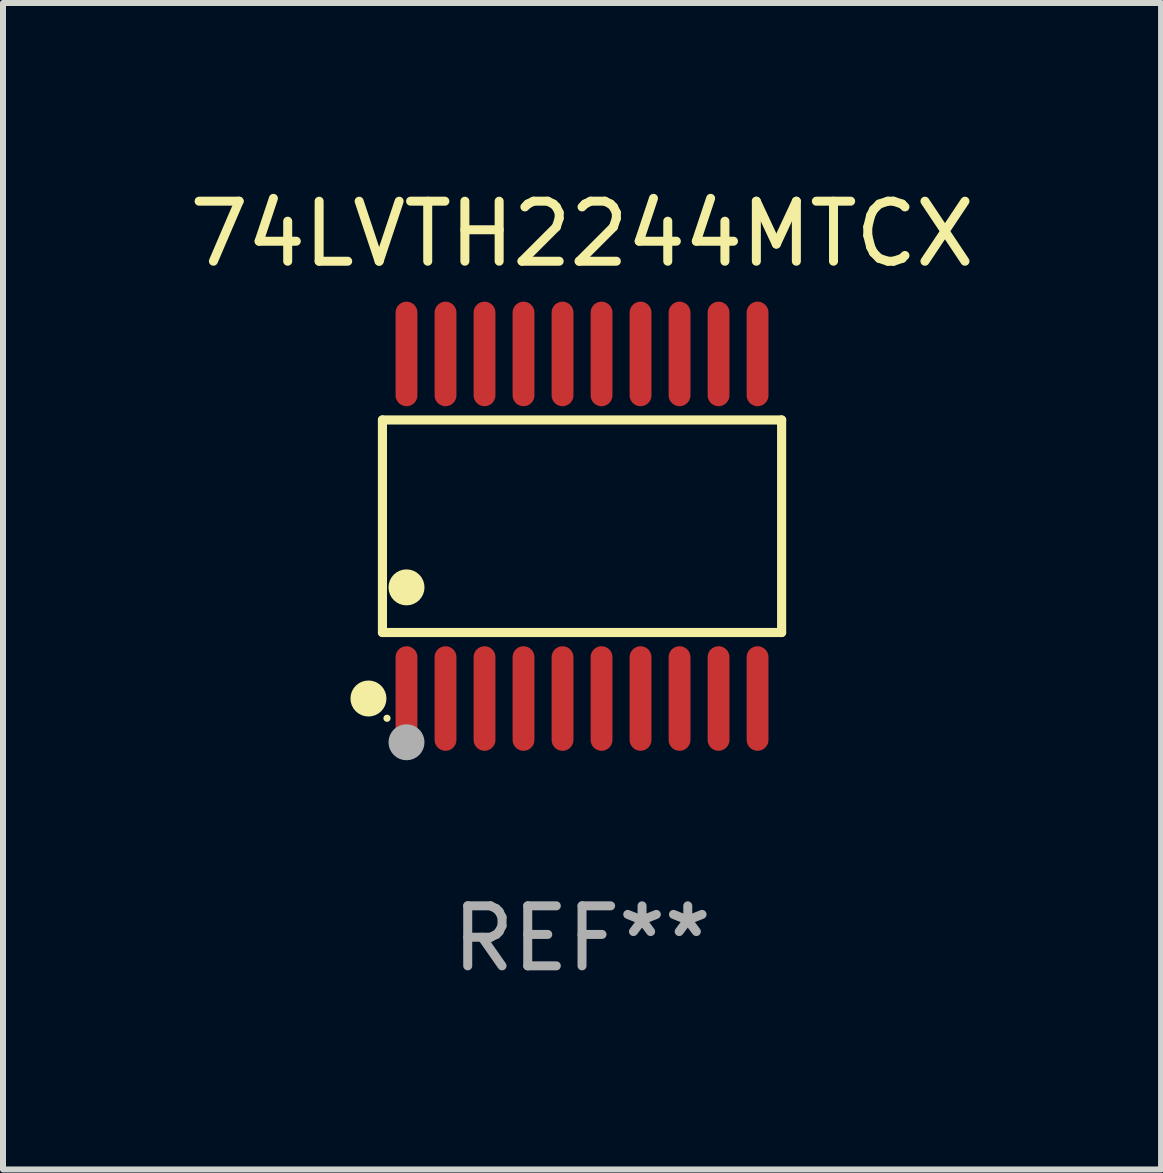
<source format=kicad_pcb>
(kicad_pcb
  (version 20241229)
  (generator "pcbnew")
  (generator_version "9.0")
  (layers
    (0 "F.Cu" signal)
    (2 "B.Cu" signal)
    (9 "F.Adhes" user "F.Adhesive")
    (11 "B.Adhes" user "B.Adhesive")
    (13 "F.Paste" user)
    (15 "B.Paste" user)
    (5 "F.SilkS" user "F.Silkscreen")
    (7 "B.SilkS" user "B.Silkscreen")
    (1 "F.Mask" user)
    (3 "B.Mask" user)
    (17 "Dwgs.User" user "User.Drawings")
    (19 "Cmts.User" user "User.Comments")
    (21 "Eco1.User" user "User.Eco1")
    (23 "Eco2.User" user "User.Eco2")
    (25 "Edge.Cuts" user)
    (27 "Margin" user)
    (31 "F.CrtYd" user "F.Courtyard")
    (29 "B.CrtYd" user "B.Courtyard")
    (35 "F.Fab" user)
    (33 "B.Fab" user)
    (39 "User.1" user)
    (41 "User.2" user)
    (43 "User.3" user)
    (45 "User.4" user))
  (footprint "74LVTH2244MTCX"
    (layer "F.Cu")
    (at 6.649 5.719)
    (property "Reference" "74LVTH2244MTCX" (at 0 -4.871 0) (layer "F.SilkS") (effects (font (size 1 1) (thickness 0.15))))
    (attr through_hole)
    (fp_line (start -3.326 -1.771) (end 3.326 -1.771) (stroke (width 0.152) (type solid)) (layer "F.SilkS"))
    (fp_line (start -3.326 1.771) (end -3.326 -1.771) (stroke (width 0.152) (type solid)) (layer "F.SilkS"))
    (fp_line (start 3.326 -1.771) (end 3.326 1.771) (stroke (width 0.152) (type solid)) (layer "F.SilkS"))
    (fp_line (start 3.326 1.771) (end -3.326 1.771) (stroke (width 0.152) (type solid)) (layer "F.SilkS"))
    (fp_circle (center -3.559 2.871) (end -3.409 2.871) (stroke (width 0.3) (type solid)) (fill no) (layer "F.SilkS"))
    (fp_circle (center -3.25 3.2) (end -3.22 3.2) (stroke (width 0.06) (type solid)) (fill no) (layer "F.SilkS"))
    (fp_circle (center -2.925 1.019) (end -2.775 1.019) (stroke (width 0.3) (type solid)) (fill no) (layer "F.SilkS"))
    (fp_circle (center -2.925 3.6) (end -2.775 3.6) (stroke (width 0.3) (type solid)) (fill no) (layer "F.Fab"))
    (fp_text user "REF**" (at 0 6.871 0) (layer "F.Fab") (effects (font (size 1 1) (thickness 0.15))))
    (pad "1" smd oval (at -2.925 2.871) (size 0.364 1.742) (layers "F.Cu" "F.Mask" "F.Paste"))
    (pad "2" smd oval (at -2.275 2.871) (size 0.364 1.742) (layers "F.Cu" "F.Mask" "F.Paste"))
    (pad "3" smd oval (at -1.625 2.871) (size 0.364 1.742) (layers "F.Cu" "F.Mask" "F.Paste"))
    (pad "4" smd oval (at -0.975 2.871) (size 0.364 1.742) (layers "F.Cu" "F.Mask" "F.Paste"))
    (pad "5" smd oval (at -0.325 2.871) (size 0.364 1.742) (layers "F.Cu" "F.Mask" "F.Paste"))
    (pad "6" smd oval (at 0.325 2.871) (size 0.364 1.742) (layers "F.Cu" "F.Mask" "F.Paste"))
    (pad "7" smd oval (at 0.975 2.871) (size 0.364 1.742) (layers "F.Cu" "F.Mask" "F.Paste"))
    (pad "8" smd oval (at 1.625 2.871) (size 0.364 1.742) (layers "F.Cu" "F.Mask" "F.Paste"))
    (pad "9" smd oval (at 2.275 2.871) (size 0.364 1.742) (layers "F.Cu" "F.Mask" "F.Paste"))
    (pad "10" smd oval (at 2.925 2.871) (size 0.364 1.742) (layers "F.Cu" "F.Mask" "F.Paste"))
    (pad "11" smd oval (at 2.925 -2.871) (size 0.364 1.742) (layers "F.Cu" "F.Mask" "F.Paste"))
    (pad "12" smd oval (at 2.275 -2.871) (size 0.364 1.742) (layers "F.Cu" "F.Mask" "F.Paste"))
    (pad "13" smd oval (at 1.625 -2.871) (size 0.364 1.742) (layers "F.Cu" "F.Mask" "F.Paste"))
    (pad "14" smd oval (at 0.975 -2.871) (size 0.364 1.742) (layers "F.Cu" "F.Mask" "F.Paste"))
    (pad "15" smd oval (at 0.325 -2.871) (size 0.364 1.742) (layers "F.Cu" "F.Mask" "F.Paste"))
    (pad "16" smd oval (at -0.325 -2.871) (size 0.364 1.742) (layers "F.Cu" "F.Mask" "F.Paste"))
    (pad "17" smd oval (at -0.975 -2.871) (size 0.364 1.742) (layers "F.Cu" "F.Mask" "F.Paste"))
    (pad "18" smd oval (at -1.625 -2.871) (size 0.364 1.742) (layers "F.Cu" "F.Mask" "F.Paste"))
    (pad "19" smd oval (at -2.275 -2.871) (size 0.364 1.742) (layers "F.Cu" "F.Mask" "F.Paste"))
    (pad "20" smd oval (at -2.925 -2.871) (size 0.364 1.742) (layers "F.Cu" "F.Mask" "F.Paste")))
  (gr_rect
    (start -3 -3)
    (end 16.298 16.438)
    (stroke (width 0.1) (type default))
    (fill no)
    (layer "Edge.Cuts")))
</source>
